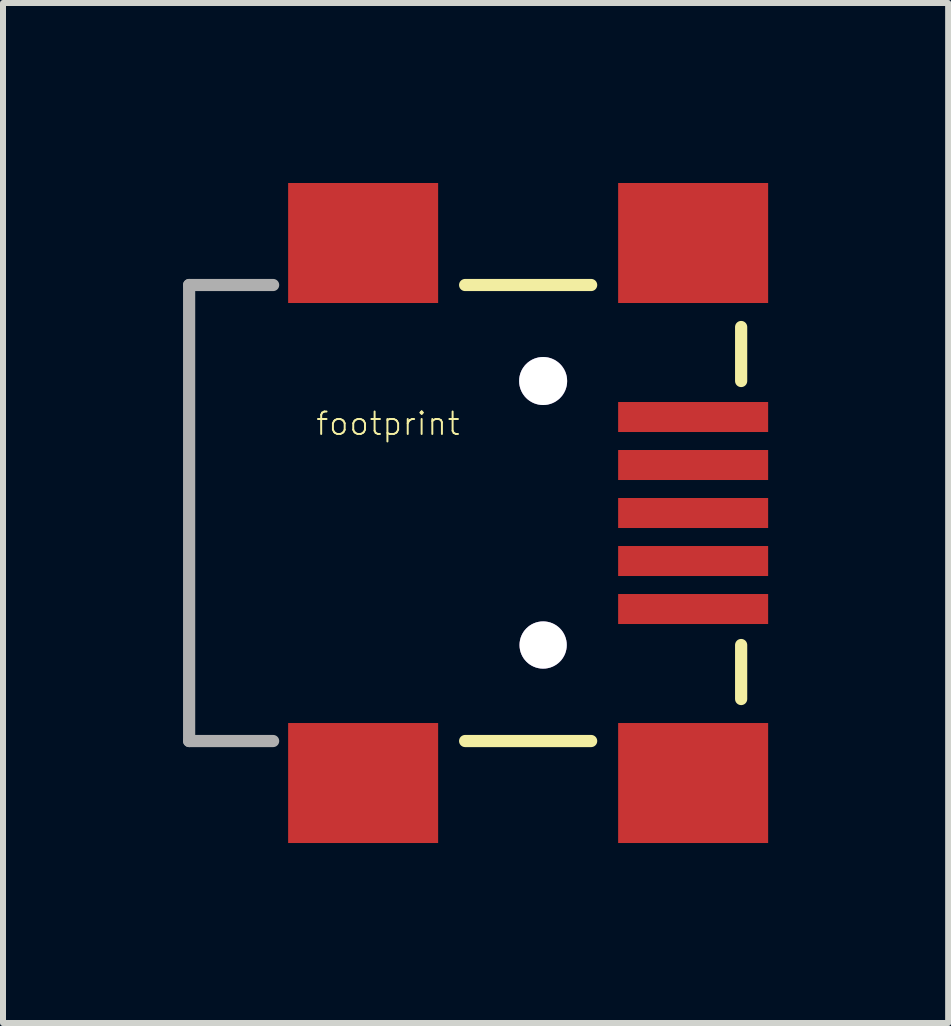
<source format=kicad_pcb>
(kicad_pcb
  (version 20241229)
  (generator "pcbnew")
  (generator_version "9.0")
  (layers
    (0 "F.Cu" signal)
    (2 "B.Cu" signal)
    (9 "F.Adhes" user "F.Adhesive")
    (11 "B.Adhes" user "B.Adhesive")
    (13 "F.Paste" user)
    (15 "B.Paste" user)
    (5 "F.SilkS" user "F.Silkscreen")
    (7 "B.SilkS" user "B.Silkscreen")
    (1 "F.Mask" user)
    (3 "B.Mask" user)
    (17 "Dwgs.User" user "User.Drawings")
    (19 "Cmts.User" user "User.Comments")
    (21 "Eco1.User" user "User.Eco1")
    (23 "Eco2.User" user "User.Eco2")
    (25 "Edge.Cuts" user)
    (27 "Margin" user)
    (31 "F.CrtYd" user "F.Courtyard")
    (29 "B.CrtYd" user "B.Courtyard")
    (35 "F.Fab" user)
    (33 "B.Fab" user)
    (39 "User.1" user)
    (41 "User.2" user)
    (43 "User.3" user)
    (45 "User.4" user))
  (footprint "footprint"
    (layer "F.Cu")
    (at 6.002 5.5)
    (property "Reference" "footprint" (at -3.81 -1.27 0) (layer "F.SilkS") (effects (font (size 0.374 0.374) (thickness 0.033)) (justify left bottom)))
    (fp_circle (center 0 -2.2) (end 0.35 -2.2) (stroke (width 0.41) (type solid)) (fill no) (layer "F.Mask"))
    (fp_circle (center 0 2.2) (end 0.35 2.2) (stroke (width 0.41) (type solid)) (fill no) (layer "F.Mask"))
    (fp_line (start -1.3 -3.8) (end 0.8 -3.8) (stroke (width 0.203) (type solid)) (layer "F.SilkS"))
    (fp_line (start 0.8 3.8) (end -1.3 3.8) (stroke (width 0.203) (type solid)) (layer "F.SilkS"))
    (fp_line (start 3.3 -3.1) (end 3.3 -2.2) (stroke (width 0.203) (type solid)) (layer "F.SilkS"))
    (fp_line (start 3.3 2.2) (end 3.3 3.1) (stroke (width 0.203) (type solid)) (layer "F.SilkS"))
    (fp_line (start -5.9 -3.8) (end -5.9 3.8) (stroke (width 0.203) (type solid)) (layer "F.Fab"))
    (fp_line (start -5.9 -3.8) (end -4.5 -3.8) (stroke (width 0.203) (type solid)) (layer "F.Fab"))
    (fp_line (start -5.9 3.8) (end -4.5 3.8) (stroke (width 0.203) (type solid)) (layer "F.Fab"))
    (pad "D+" smd rect (at 2.5 0) (size 2.5 0.5) (layers "F.Cu" "F.Mask" "F.Paste"))
    (pad "D-" smd rect (at 2.5 -0.8) (size 2.5 0.5) (layers "F.Cu" "F.Mask" "F.Paste"))
    (pad "G1" smd rect (at -3 4.5) (size 2.5 2) (layers "F.Cu" "F.Mask" "F.Paste"))
    (pad "G2" smd rect (at -3 -4.5) (size 2.5 2) (layers "F.Cu" "F.Mask" "F.Paste"))
    (pad "G3" smd rect (at 2.5 -4.5) (size 2.5 2) (layers "F.Cu" "F.Mask" "F.Paste"))
    (pad "G4" smd rect (at 2.5 4.5) (size 2.5 2) (layers "F.Cu" "F.Mask" "F.Paste"))
    (pad "GND" smd rect (at 2.5 1.6) (size 2.5 0.5) (layers "F.Cu" "F.Mask" "F.Paste"))
    (pad "H1" thru_hole circle (at 0 -2.2) (size 0.8 0.8) (drill 0.9) (layers "*.Cu"))
    (pad "H2" thru_hole circle (at 0 2.2) (size 0.787 0.787) (drill 0.9) (layers "*.Cu"))
    (pad "ID" smd rect (at 2.5 0.8) (size 2.5 0.5) (layers "F.Cu" "F.Mask" "F.Paste"))
    (pad "VBUS" smd rect (at 2.5 -1.6) (size 2.5 0.5) (layers "F.Cu" "F.Mask" "F.Paste")))
  (gr_rect
    (start -3 -3)
    (end 12.752 14)
    (stroke (width 0.1) (type default))
    (fill no)
    (layer "Edge.Cuts")))
</source>
